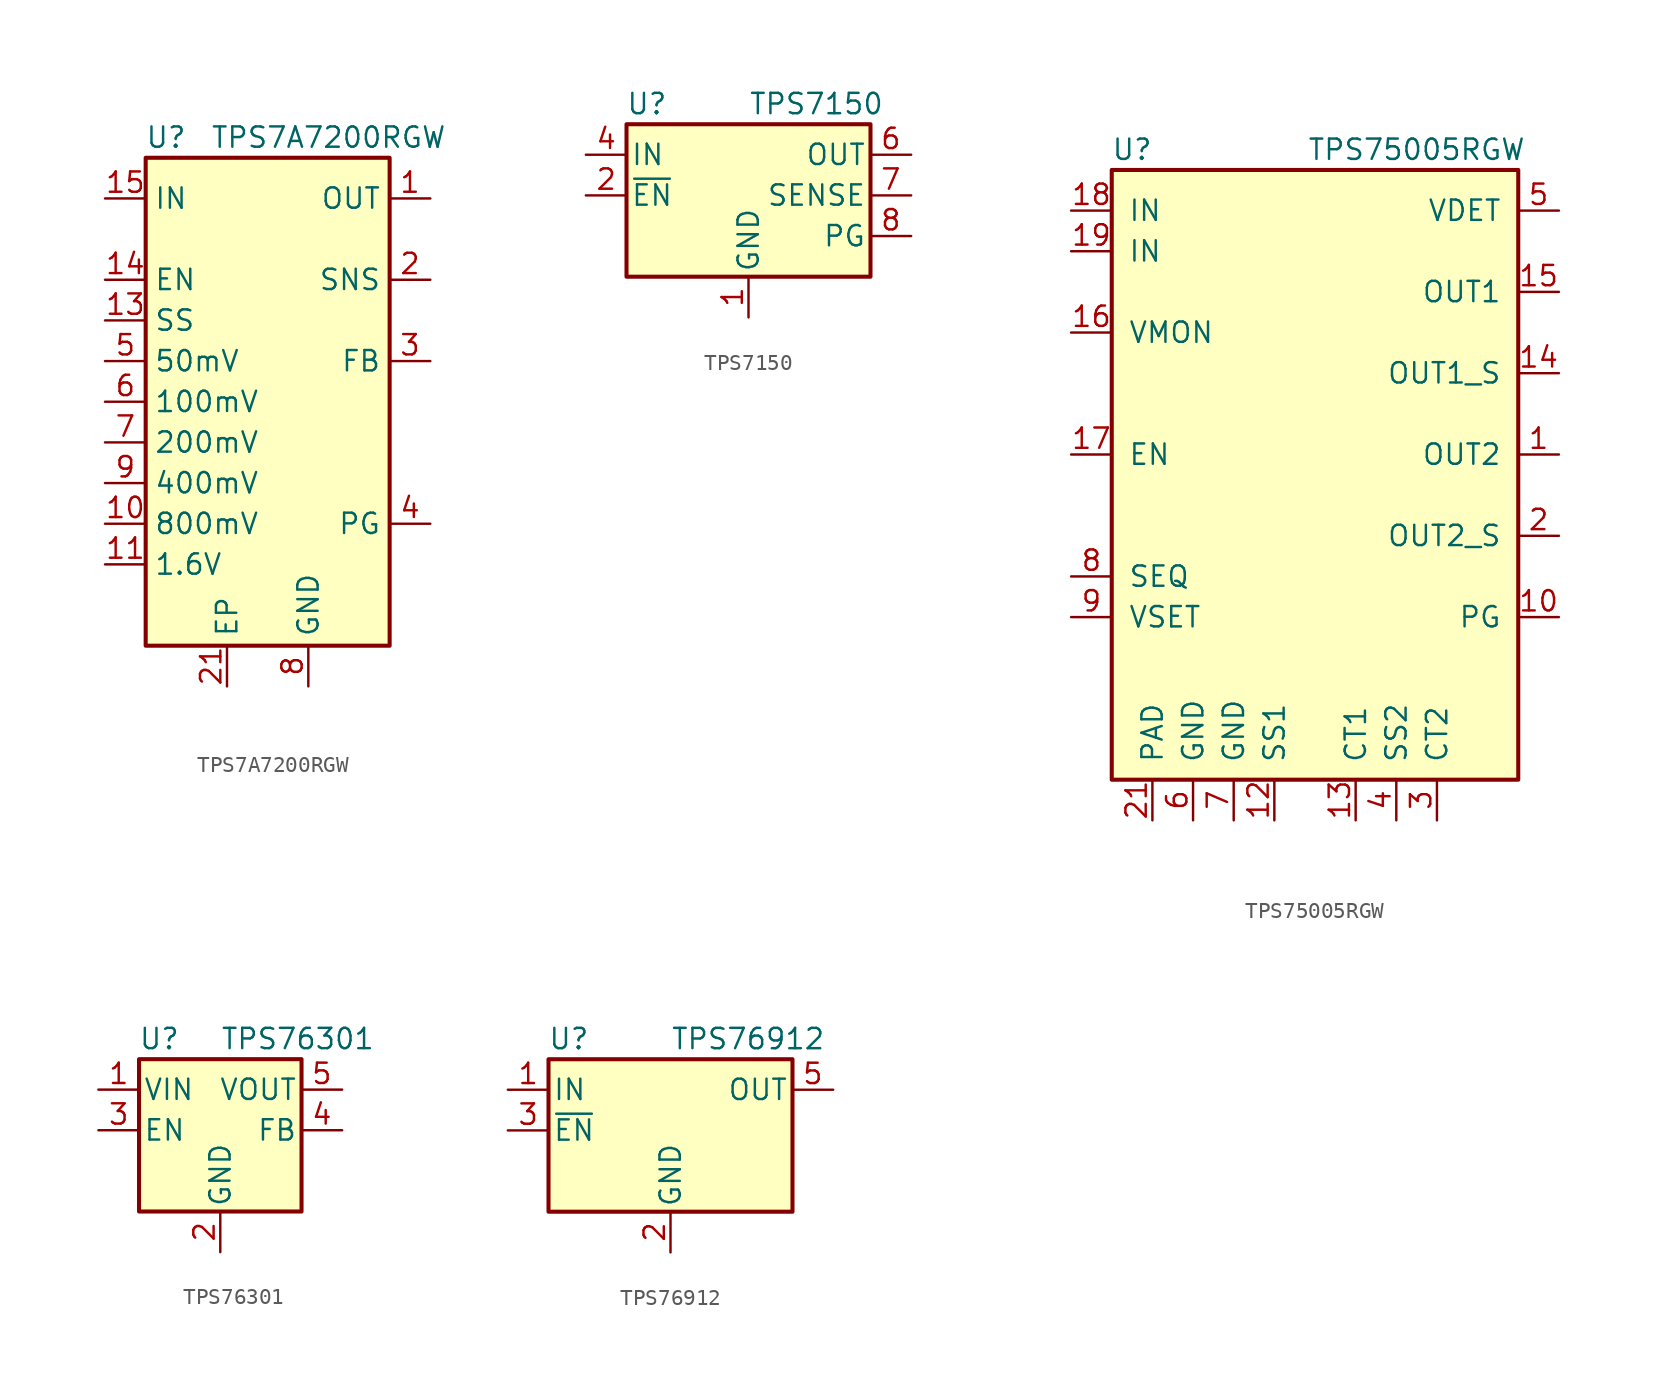
<source format=kicad_sym>
(kicad_symbol_lib
  (version 20211014)
  (generator kicad_symbol_editor)
  (symbol "TPS7A7200RGW"
    (property "Reference" "U"
      (at -6.35 16.51 0)
      (effects (font (size 1.27 1.27))))
    (property "Value" "TPS7A7200RGW"
      (at 3.81 16.51 0)
      (effects (font (size 1.27 1.27))))
    (symbol "TPS7A7200RGW_0_1"
      (rectangle (start -7.62 15.24) (end 7.62 -15.24) (stroke (width 0.254) (type default) (color 0 0 0 0)) (fill (type background))))
    (symbol "TPS7A7200RGW_1_1"
      (pin power_out line (at 10.16 12.7 180) (length 2.54) (name "OUT" (effects (font (size 1.27 1.27)))) (number "1" (effects (font (size 1.27 1.27)))))
      (pin input line (at -10.16 -7.62 0) (length 2.54) (name "800mV" (effects (font (size 1.27 1.27)))) (number "10" (effects (font (size 1.27 1.27)))))
      (pin input line (at -10.16 -10.16 0) (length 2.54) (name "1.6V" (effects (font (size 1.27 1.27)))) (number "11" (effects (font (size 1.27 1.27)))))
      (pin no_connect line (at -7.62 10.16 0) (length 2.54) hide (name "NC" (effects (font (size 1.27 1.27)))) (number "12" (effects (font (size 1.27 1.27)))))
      (pin input line (at -10.16 5.08 0) (length 2.54) (name "SS" (effects (font (size 1.27 1.27)))) (number "13" (effects (font (size 1.27 1.27)))))
      (pin input line (at -10.16 7.62 0) (length 2.54) (name "EN" (effects (font (size 1.27 1.27)))) (number "14" (effects (font (size 1.27 1.27)))))
      (pin power_in line (at -10.16 12.7 0) (length 2.54) (name "IN" (effects (font (size 1.27 1.27)))) (number "15" (effects (font (size 1.27 1.27)))))
      (pin passive line (at -10.16 12.7 0) (length 2.54) hide (name "IN" (effects (font (size 1.27 1.27)))) (number "16" (effects (font (size 1.27 1.27)))))
      (pin passive line (at -10.16 12.7 0) (length 2.54) hide (name "IN" (effects (font (size 1.27 1.27)))) (number "17" (effects (font (size 1.27 1.27)))))
      (pin passive line (at 2.54 -17.78 90) (length 2.54) hide (name "GND" (effects (font (size 1.27 1.27)))) (number "18" (effects (font (size 1.27 1.27)))))
      (pin passive line (at 10.16 12.7 180) (length 2.54) hide (name "OUT" (effects (font (size 1.27 1.27)))) (number "19" (effects (font (size 1.27 1.27)))))
      (pin input line (at 10.16 7.62 180) (length 2.54) (name "SNS" (effects (font (size 1.27 1.27)))) (number "2" (effects (font (size 1.27 1.27)))))
      (pin passive line (at 10.16 12.7 180) (length 2.54) hide (name "OUT" (effects (font (size 1.27 1.27)))) (number "20" (effects (font (size 1.27 1.27)))))
      (pin passive line (at -2.54 -17.78 90) (length 2.54) (name "EP" (effects (font (size 1.27 1.27)))) (number "21" (effects (font (size 1.27 1.27)))))
      (pin input line (at 10.16 2.54 180) (length 2.54) (name "FB" (effects (font (size 1.27 1.27)))) (number "3" (effects (font (size 1.27 1.27)))))
      (pin open_collector line (at 10.16 -7.62 180) (length 2.54) (name "PG" (effects (font (size 1.27 1.27)))) (number "4" (effects (font (size 1.27 1.27)))))
      (pin input line (at -10.16 2.54 0) (length 2.54) (name "50mV" (effects (font (size 1.27 1.27)))) (number "5" (effects (font (size 1.27 1.27)))))
      (pin input line (at -10.16 0 0) (length 2.54) (name "100mV" (effects (font (size 1.27 1.27)))) (number "6" (effects (font (size 1.27 1.27)))))
      (pin input line (at -10.16 -2.54 0) (length 2.54) (name "200mV" (effects (font (size 1.27 1.27)))) (number "7" (effects (font (size 1.27 1.27)))))
      (pin power_in line (at 2.54 -17.78 90) (length 2.54) (name "GND" (effects (font (size 1.27 1.27)))) (number "8" (effects (font (size 1.27 1.27)))))
      (pin input line (at -10.16 -5.08 0) (length 2.54) (name "400mV" (effects (font (size 1.27 1.27)))) (number "9" (effects (font (size 1.27 1.27)))))))
  (symbol "TPS7150"
    (pin_names
      (offset 0.254))
    (property "Reference" "U"
      (at -6.35 8.255 0)
      (effects (font (size 1.27 1.27))))
    (property "Value" "TPS7150"
      (at 0 8.255 0)
      (effects (font (size 1.27 1.27)) (justify left)))
    (symbol "TPS7150_0_1"
      (rectangle (start -7.62 6.985) (end 7.62 -2.54) (stroke (width 0.254) (type default) (color 0 0 0 0)) (fill (type background))))
    (symbol "TPS7150_1_1"
      (pin power_in line (at 0 -5.08 90) (length 2.54) (name "GND" (effects (font (size 1.27 1.27)))) (number "1" (effects (font (size 1.27 1.27)))))
      (pin input line (at -10.16 2.54 0) (length 2.54) (name "~{EN}" (effects (font (size 1.27 1.27)))) (number "2" (effects (font (size 1.27 1.27)))))
      (pin passive line (at -10.16 5.08 0) (length 2.54) hide (name "IN" (effects (font (size 1.27 1.27)))) (number "3" (effects (font (size 1.27 1.27)))))
      (pin power_in line (at -10.16 5.08 0) (length 2.54) (name "IN" (effects (font (size 1.27 1.27)))) (number "4" (effects (font (size 1.27 1.27)))))
      (pin passive line (at 10.16 5.08 180) (length 2.54) hide (name "OUT" (effects (font (size 1.27 1.27)))) (number "5" (effects (font (size 1.27 1.27)))))
      (pin power_out line (at 10.16 5.08 180) (length 2.54) (name "OUT" (effects (font (size 1.27 1.27)))) (number "6" (effects (font (size 1.27 1.27)))))
      (pin input line (at 10.16 2.54 180) (length 2.54) (name "SENSE" (effects (font (size 1.27 1.27)))) (number "7" (effects (font (size 1.27 1.27)))))
      (pin output line (at 10.16 0 180) (length 2.54) (name "PG" (effects (font (size 1.27 1.27)))) (number "8" (effects (font (size 1.27 1.27)))))))
  (symbol "TPS75005RGW"
    (pin_names
      (offset 1.016))
    (property "Reference" "U"
      (at -11.43 19.05 0)
      (effects (font (size 1.27 1.27))))
    (property "Value" "TPS75005RGW"
      (at 6.35 19.05 0)
      (effects (font (size 1.27 1.27))))
    (symbol "TPS75005RGW_0_1"
      (rectangle (start -12.7 17.78) (end 12.7 -20.32) (stroke (width 0.254) (type default) (color 0 0 0 0)) (fill (type background))))
    (symbol "TPS75005RGW_1_1"
      (pin power_out line (at 15.24 0 180) (length 2.54) (name "OUT2" (effects (font (size 1.27 1.27)))) (number "1" (effects (font (size 1.27 1.27)))))
      (pin output line (at 15.24 -10.16 180) (length 2.54) (name "PG" (effects (font (size 1.27 1.27)))) (number "10" (effects (font (size 1.27 1.27)))))
      (pin no_connect line (at -15.24 -5.08 0) (length 2.54) hide (name "TEST" (effects (font (size 1.27 1.27)))) (number "11" (effects (font (size 1.27 1.27)))))
      (pin input line (at -2.54 -22.86 90) (length 2.54) (name "SS1" (effects (font (size 1.27 1.27)))) (number "12" (effects (font (size 1.27 1.27)))))
      (pin passive line (at 2.54 -22.86 90) (length 2.54) (name "CT1" (effects (font (size 1.27 1.27)))) (number "13" (effects (font (size 1.27 1.27)))))
      (pin input line (at 15.24 5.08 180) (length 2.54) (name "OUT1_S" (effects (font (size 1.27 1.27)))) (number "14" (effects (font (size 1.27 1.27)))))
      (pin power_out line (at 15.24 10.16 180) (length 2.54) (name "OUT1" (effects (font (size 1.27 1.27)))) (number "15" (effects (font (size 1.27 1.27)))))
      (pin input line (at -15.24 7.62 0) (length 2.54) (name "VMON" (effects (font (size 1.27 1.27)))) (number "16" (effects (font (size 1.27 1.27)))))
      (pin input line (at -15.24 0 0) (length 2.54) (name "EN" (effects (font (size 1.27 1.27)))) (number "17" (effects (font (size 1.27 1.27)))))
      (pin power_in line (at -15.24 15.24 0) (length 2.54) (name "IN" (effects (font (size 1.27 1.27)))) (number "18" (effects (font (size 1.27 1.27)))))
      (pin power_in line (at -15.24 12.7 0) (length 2.54) (name "IN" (effects (font (size 1.27 1.27)))) (number "19" (effects (font (size 1.27 1.27)))))
      (pin input line (at 15.24 -5.08 180) (length 2.54) (name "OUT2_S" (effects (font (size 1.27 1.27)))) (number "2" (effects (font (size 1.27 1.27)))))
      (pin no_connect line (at -15.24 -2.54 0) (length 2.54) hide (name "NC" (effects (font (size 1.27 1.27)))) (number "20" (effects (font (size 1.27 1.27)))))
      (pin power_in line (at -10.16 -22.86 90) (length 2.54) (name "PAD" (effects (font (size 1.27 1.27)))) (number "21" (effects (font (size 1.27 1.27)))))
      (pin passive line (at 7.62 -22.86 90) (length 2.54) (name "CT2" (effects (font (size 1.27 1.27)))) (number "3" (effects (font (size 1.27 1.27)))))
      (pin input line (at 5.08 -22.86 90) (length 2.54) (name "SS2" (effects (font (size 1.27 1.27)))) (number "4" (effects (font (size 1.27 1.27)))))
      (pin output line (at 15.24 15.24 180) (length 2.54) (name "VDET" (effects (font (size 1.27 1.27)))) (number "5" (effects (font (size 1.27 1.27)))))
      (pin power_in line (at -7.62 -22.86 90) (length 2.54) (name "GND" (effects (font (size 1.27 1.27)))) (number "6" (effects (font (size 1.27 1.27)))))
      (pin power_in line (at -5.08 -22.86 90) (length 2.54) (name "GND" (effects (font (size 1.27 1.27)))) (number "7" (effects (font (size 1.27 1.27)))))
      (pin input line (at -15.24 -7.62 0) (length 2.54) (name "SEQ" (effects (font (size 1.27 1.27)))) (number "8" (effects (font (size 1.27 1.27)))))
      (pin input line (at -15.24 -10.16 0) (length 2.54) (name "VSET" (effects (font (size 1.27 1.27)))) (number "9" (effects (font (size 1.27 1.27)))))))
  (symbol "TPS76301"
    (pin_names
      (offset 0.254))
    (property "Reference" "U"
      (at -3.81 5.715 0)
      (effects (font (size 1.27 1.27))))
    (property "Value" "TPS76301"
      (at 0 5.715 0)
      (effects (font (size 1.27 1.27)) (justify left)))
    (symbol "TPS76301_0_1"
      (rectangle (start -5.08 4.445) (end 5.08 -5.08) (stroke (width 0.254) (type default) (color 0 0 0 0)) (fill (type background))))
    (symbol "TPS76301_1_1"
      (pin power_in line (at -7.62 2.54 0) (length 2.54) (name "VIN" (effects (font (size 1.27 1.27)))) (number "1" (effects (font (size 1.27 1.27)))))
      (pin power_in line (at 0 -7.62 90) (length 2.54) (name "GND" (effects (font (size 1.27 1.27)))) (number "2" (effects (font (size 1.27 1.27)))))
      (pin input line (at -7.62 0 0) (length 2.54) (name "EN" (effects (font (size 1.27 1.27)))) (number "3" (effects (font (size 1.27 1.27)))))
      (pin input line (at 7.62 0 180) (length 2.54) (name "FB" (effects (font (size 1.27 1.27)))) (number "4" (effects (font (size 1.27 1.27)))))
      (pin power_out line (at 7.62 2.54 180) (length 2.54) (name "VOUT" (effects (font (size 1.27 1.27)))) (number "5" (effects (font (size 1.27 1.27)))))))
  (symbol "TPS76912"
    (pin_names
      (offset 0.254))
    (property "Reference" "U"
      (at -6.35 5.715 0)
      (effects (font (size 1.27 1.27))))
    (property "Value" "TPS76912"
      (at 0 5.715 0)
      (effects (font (size 1.27 1.27)) (justify left)))
    (symbol "TPS76912_0_1"
      (rectangle (start -7.62 4.445) (end 7.62 -5.08) (stroke (width 0.254) (type default) (color 0 0 0 0)) (fill (type background))))
    (symbol "TPS76912_1_1"
      (pin power_in line (at -10.16 2.54 0) (length 2.54) (name "IN" (effects (font (size 1.27 1.27)))) (number "1" (effects (font (size 1.27 1.27)))))
      (pin power_in line (at 0 -7.62 90) (length 2.54) (name "GND" (effects (font (size 1.27 1.27)))) (number "2" (effects (font (size 1.27 1.27)))))
      (pin input line (at -10.16 0 0) (length 2.54) (name "~{EN}" (effects (font (size 1.27 1.27)))) (number "3" (effects (font (size 1.27 1.27)))))
      (pin no_connect line (at 10.16 0 180) (length 2.54) hide (name "NC" (effects (font (size 1.27 1.27)))) (number "4" (effects (font (size 1.27 1.27)))))
      (pin power_out line (at 10.16 2.54 180) (length 2.54) (name "OUT" (effects (font (size 1.27 1.27)))) (number "5" (effects (font (size 1.27 1.27))))))))
</source>
